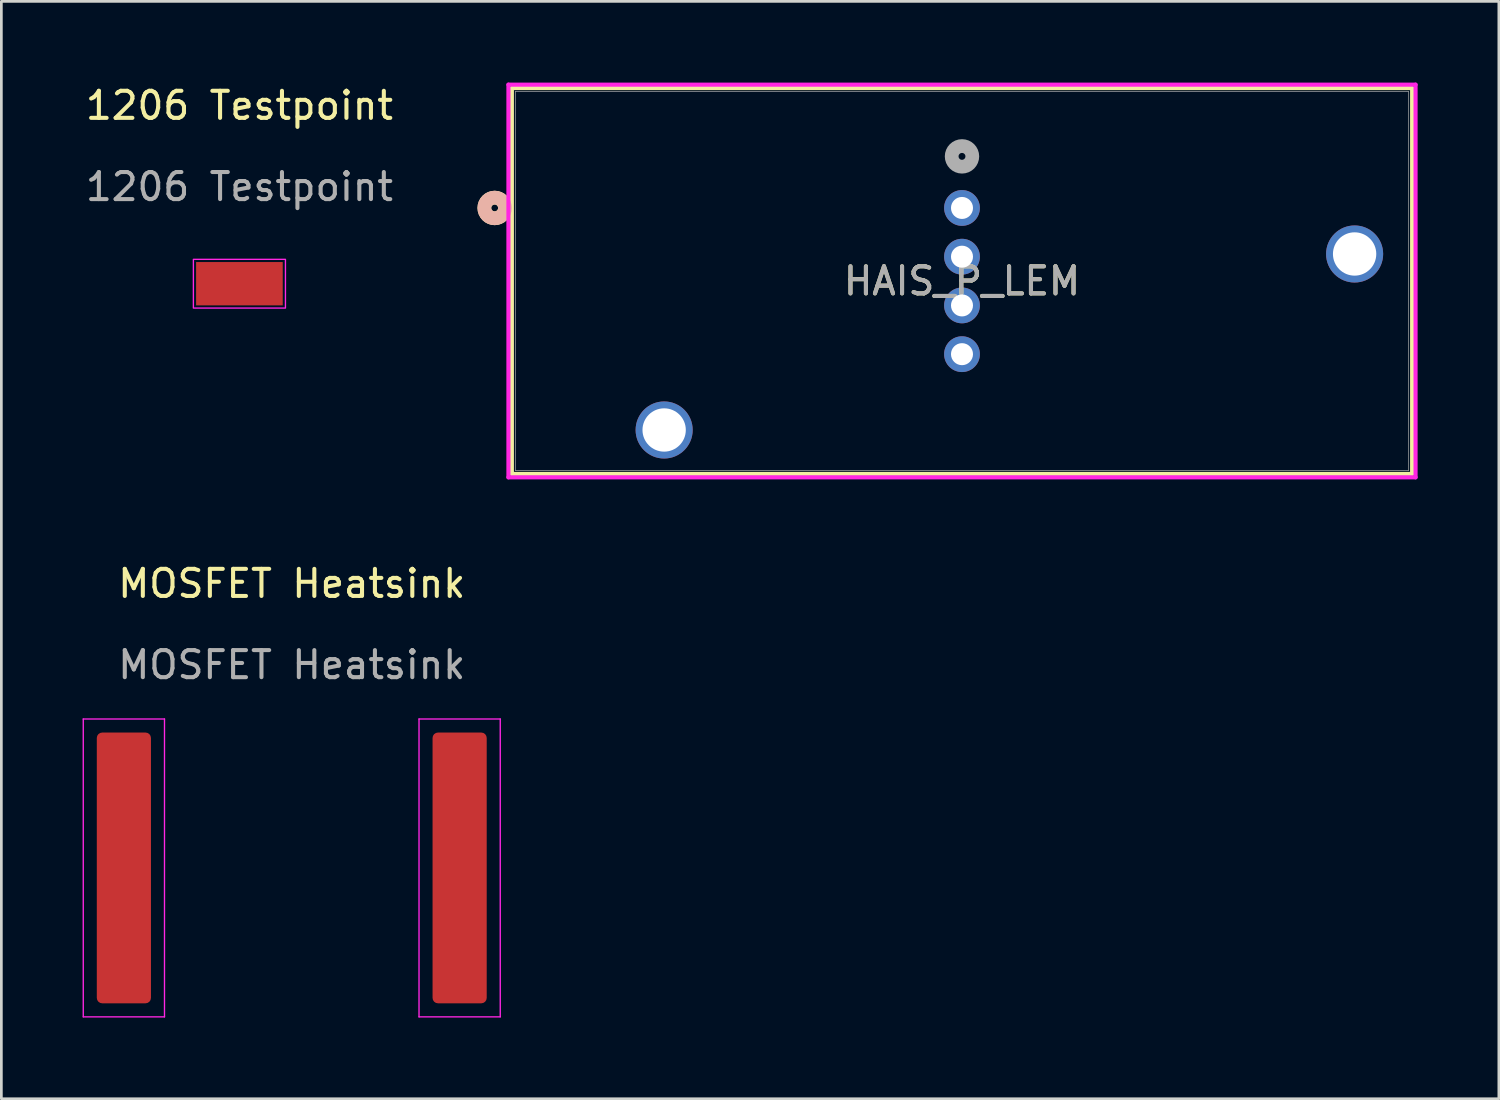
<source format=kicad_pcb>
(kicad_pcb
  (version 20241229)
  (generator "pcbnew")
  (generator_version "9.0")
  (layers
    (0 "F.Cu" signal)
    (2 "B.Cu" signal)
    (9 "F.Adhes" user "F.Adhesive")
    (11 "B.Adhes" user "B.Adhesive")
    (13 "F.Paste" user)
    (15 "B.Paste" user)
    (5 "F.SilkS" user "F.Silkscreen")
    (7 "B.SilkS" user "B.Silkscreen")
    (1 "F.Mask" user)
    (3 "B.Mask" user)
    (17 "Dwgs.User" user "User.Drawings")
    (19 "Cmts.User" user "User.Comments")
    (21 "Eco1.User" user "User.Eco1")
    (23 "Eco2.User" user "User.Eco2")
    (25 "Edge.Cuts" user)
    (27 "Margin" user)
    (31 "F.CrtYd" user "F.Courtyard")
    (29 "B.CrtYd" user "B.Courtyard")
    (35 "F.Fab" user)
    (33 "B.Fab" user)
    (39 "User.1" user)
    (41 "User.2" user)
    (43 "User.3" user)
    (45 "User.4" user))
  (footprint "1206 Testpoint"
    (layer "F.Cu")
    (at 5.792 7.428)
    (property "Reference" "1206 Testpoint" (at 0 -6.58 0) (unlocked yes) (layer "F.SilkS") (effects (font (size 1 1) (thickness 0.15))))
    (attr smd)
    (fp_rect (start -1.7 -0.9) (end 1.7 0.9) (stroke (width 0.05) (type default)) (fill no) (layer "F.CrtYd"))
    (fp_text user "${REFERENCE}" (at 0 -3.58 0) (unlocked yes) (layer "F.Fab") (effects (font (size 1 1) (thickness 0.15))))
    (pad "1" smd rect (at 0 0) (size 3.2 1.6) (layers "F.Cu" "F.Mask" "F.Paste")))
  (footprint "HAIS_P_LEM"
    (layer "F.Cu")
    (at 32.478 4.63)
    (property "Reference" "HAIS_P_LEM" (at 0 2.7 0) (unlocked yes) (layer "F.SilkS") (effects (font (size 1 1) (thickness 0.15))))
    (attr through_hole)
    (fp_line (start -16.624 -4.427) (end -16.624 9.822) (stroke (width 0.152) (type solid)) (layer "F.SilkS"))
    (fp_line (start -16.624 9.822) (end 16.624 9.822) (stroke (width 0.152) (type solid)) (layer "F.SilkS"))
    (fp_line (start 16.624 -4.427) (end -16.624 -4.427) (stroke (width 0.152) (type solid)) (layer "F.SilkS"))
    (fp_line (start 16.624 9.822) (end 16.624 -4.427) (stroke (width 0.152) (type solid)) (layer "F.SilkS"))
    (fp_circle (center -17.259 0) (end -16.878 0) (stroke (width 0.508) (type solid)) (fill no) (layer "F.SilkS"))
    (fp_circle (center -17.259 0) (end -16.878 0) (stroke (width 0.508) (type solid)) (fill no) (layer "B.SilkS"))
    (fp_line (start -16.751 -4.554) (end -16.751 9.949) (stroke (width 0.152) (type solid)) (layer "F.CrtYd"))
    (fp_line (start -16.751 9.949) (end 16.751 9.949) (stroke (width 0.152) (type solid)) (layer "F.CrtYd"))
    (fp_line (start 16.751 -4.554) (end -16.751 -4.554) (stroke (width 0.152) (type solid)) (layer "F.CrtYd"))
    (fp_line (start 16.751 9.949) (end 16.751 -4.554) (stroke (width 0.152) (type solid)) (layer "F.CrtYd"))
    (fp_line (start -16.497 -4.3) (end -16.497 9.695) (stroke (width 0.025) (type solid)) (layer "F.Fab"))
    (fp_line (start -16.497 9.695) (end 16.497 9.695) (stroke (width 0.025) (type solid)) (layer "F.Fab"))
    (fp_line (start 16.497 -4.3) (end -16.497 -4.3) (stroke (width 0.025) (type solid)) (layer "F.Fab"))
    (fp_line (start 16.497 9.695) (end 16.497 -4.3) (stroke (width 0.025) (type solid)) (layer "F.Fab"))
    (fp_circle (center 0 -1.905) (end 0.381 -1.905) (stroke (width 0.508) (type solid)) (fill no) (layer "F.Fab"))
    (fp_text user "${REFERENCE}" (at 0 2.7 0) (unlocked yes) (layer "F.Fab") (effects (font (size 1 1) (thickness 0.15))))
    (pad "1" thru_hole circle (at 0 0) (size 1.321 1.321) (drill 0.813) (layers "*.Cu" "*.Mask"))
    (pad "2" thru_hole circle (at 0 1.8) (size 1.321 1.321) (drill 0.813) (layers "*.Cu" "*.Mask"))
    (pad "3" thru_hole circle (at 0 3.6) (size 1.321 1.321) (drill 0.813) (layers "*.Cu" "*.Mask"))
    (pad "4" thru_hole circle (at 0 5.4) (size 1.321 1.321) (drill 0.813) (layers "*.Cu" "*.Mask"))
    (pad "5" thru_hole circle (at -11 8.2) (size 2.108 2.108) (drill 1.6) (layers "*.Cu" "*.Mask"))
    (pad "6" thru_hole circle (at 14.5 1.7) (size 2.108 2.108) (drill 1.6) (layers "*.Cu" "*.Mask")))
  (footprint "MOSFET Heatsink"
    (layer "F.Cu")
    (at 7.725 29.004)
    (property "Reference" "MOSFET Heatsink" (at 0 -10.5 0) (unlocked yes) (layer "F.SilkS") (effects (font (size 1 1) (thickness 0.15))))
    (attr smd)
    (fp_line (start -7.7 -5.5) (end -4.7 -5.5) (stroke (width 0.05) (type solid)) (layer "F.CrtYd"))
    (fp_line (start -7.7 5.5) (end -7.7 -5.5) (stroke (width 0.05) (type solid)) (layer "F.CrtYd"))
    (fp_line (start -4.7 -5.5) (end -4.7 5.5) (stroke (width 0.05) (type solid)) (layer "F.CrtYd"))
    (fp_line (start -4.7 5.5) (end -7.7 5.5) (stroke (width 0.05) (type solid)) (layer "F.CrtYd"))
    (fp_line (start 4.7 -5.5) (end 4.7 5.5) (stroke (width 0.05) (type solid)) (layer "F.CrtYd"))
    (fp_line (start 4.7 5.5) (end 7.7 5.5) (stroke (width 0.05) (type solid)) (layer "F.CrtYd"))
    (fp_line (start 7.7 -5.5) (end 4.7 -5.5) (stroke (width 0.05) (type solid)) (layer "F.CrtYd"))
    (fp_line (start 7.7 5.5) (end 7.7 -5.5) (stroke (width 0.05) (type solid)) (layer "F.CrtYd"))
    (fp_text user "${REFERENCE}" (at 0 -7.5 0) (unlocked yes) (layer "F.Fab") (effects (font (size 1 1) (thickness 0.15))))
    (pad "1" smd roundrect (at 6.2 0) (size 2 10) (layers "F.Cu" "F.Mask" "F.Paste") (roundrect_rratio 0.1))
    (pad "2" smd roundrect (at -6.2 0) (size 2 10) (layers "F.Cu" "F.Mask" "F.Paste") (roundrect_rratio 0.1)))
  (gr_rect
    (start -3 -3)
    (end 52.305 37.529)
    (stroke (width 0.1) (type default))
    (fill no)
    (layer "Edge.Cuts")))
</source>
